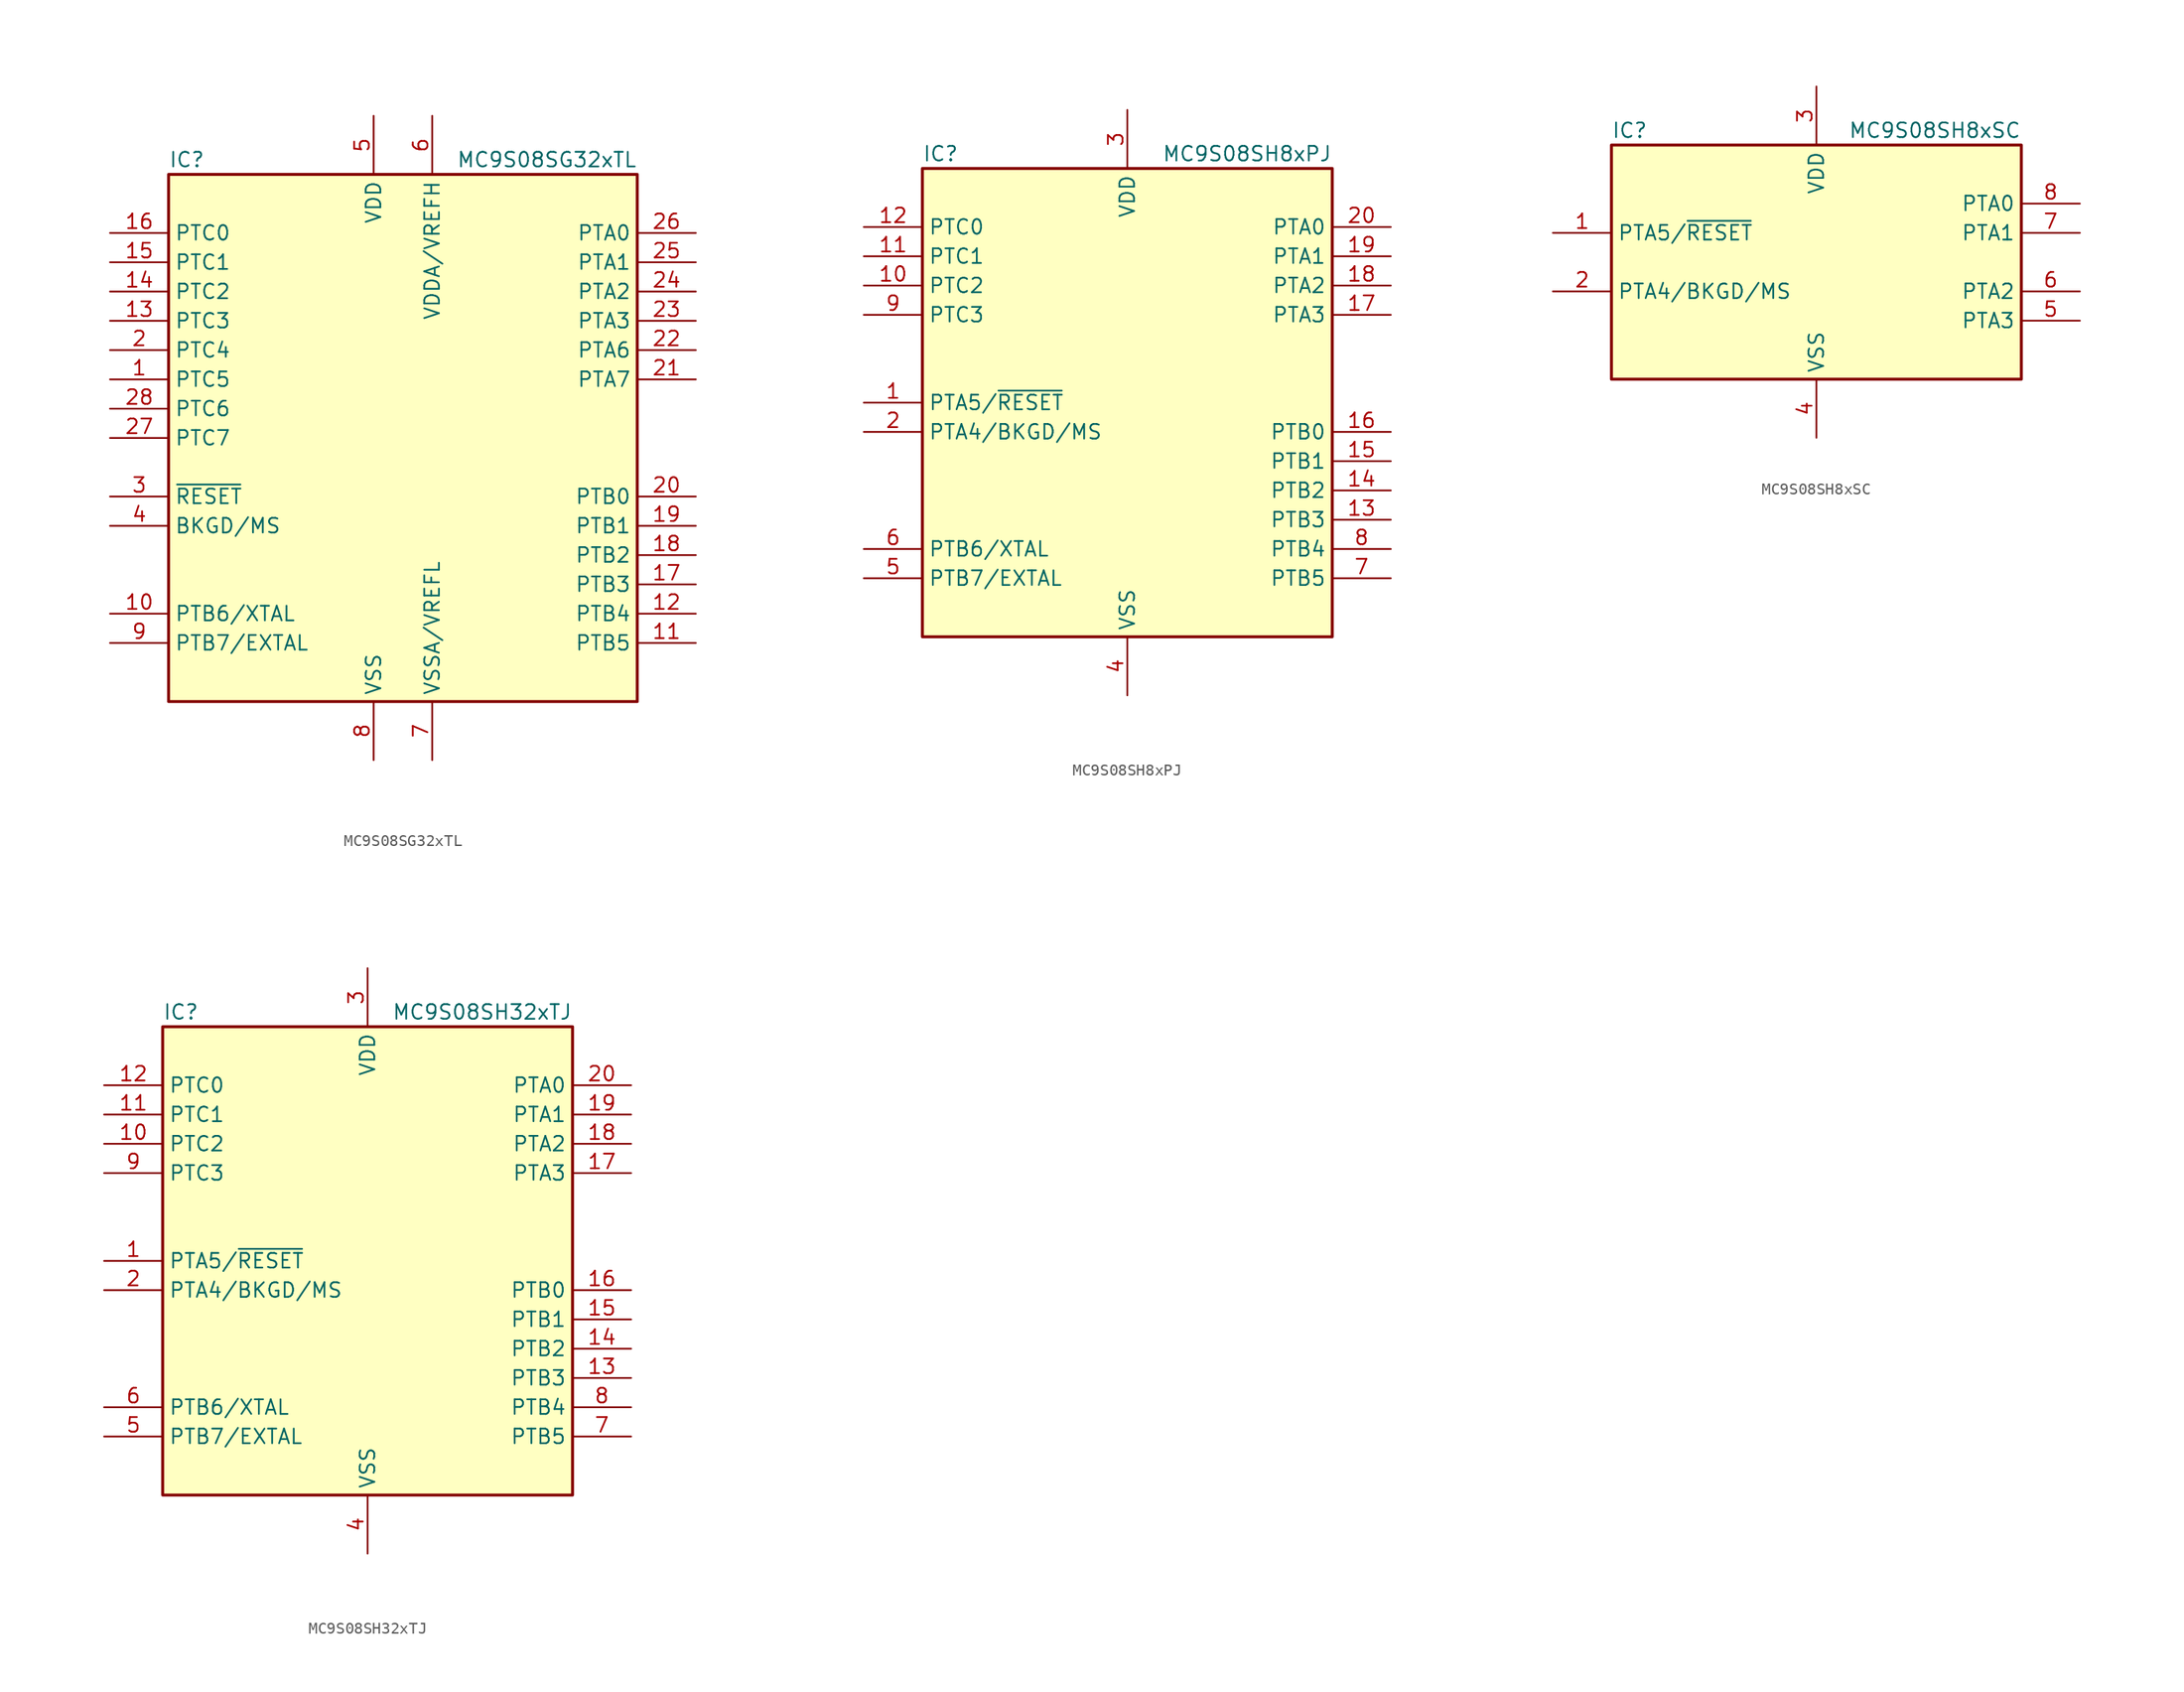
<source format=kicad_sym>
(kicad_symbol_lib
  (version 20211014)
  (generator kicad_symbol_editor)
  (symbol "MC9S08SG32xTL"
    (property "Reference" "IC"
      (at -20.32 24.13 0)
      (effects (font (size 1.27 1.27)) (justify left)))
    (property "Value" "MC9S08SG32xTL"
      (at 20.32 24.13 0)
      (effects (font (size 1.27 1.27)) (justify right)))
    (symbol "MC9S08SG32xTL_0_1"
      (rectangle (start -20.32 22.86) (end 20.32 -22.86) (stroke (width 0.254) (type default) (color 0 0 0 0)) (fill (type background))))
    (symbol "MC9S08SG32xTL_1_1"
      (pin bidirectional line (at -25.4 5.08 0) (length 5.08) (name "PTC5" (effects (font (size 1.27 1.27)))) (number "1" (effects (font (size 1.27 1.27)))))
      (pin bidirectional line (at -25.4 -15.24 0) (length 5.08) (name "PTB6/XTAL" (effects (font (size 1.27 1.27)))) (number "10" (effects (font (size 1.27 1.27)))))
      (pin bidirectional line (at 25.4 -17.78 180) (length 5.08) (name "PTB5" (effects (font (size 1.27 1.27)))) (number "11" (effects (font (size 1.27 1.27)))))
      (pin bidirectional line (at 25.4 -15.24 180) (length 5.08) (name "PTB4" (effects (font (size 1.27 1.27)))) (number "12" (effects (font (size 1.27 1.27)))))
      (pin bidirectional line (at -25.4 10.16 0) (length 5.08) (name "PTC3" (effects (font (size 1.27 1.27)))) (number "13" (effects (font (size 1.27 1.27)))))
      (pin bidirectional line (at -25.4 12.7 0) (length 5.08) (name "PTC2" (effects (font (size 1.27 1.27)))) (number "14" (effects (font (size 1.27 1.27)))))
      (pin bidirectional line (at -25.4 15.24 0) (length 5.08) (name "PTC1" (effects (font (size 1.27 1.27)))) (number "15" (effects (font (size 1.27 1.27)))))
      (pin bidirectional line (at -25.4 17.78 0) (length 5.08) (name "PTC0" (effects (font (size 1.27 1.27)))) (number "16" (effects (font (size 1.27 1.27)))))
      (pin bidirectional line (at 25.4 -12.7 180) (length 5.08) (name "PTB3" (effects (font (size 1.27 1.27)))) (number "17" (effects (font (size 1.27 1.27)))))
      (pin bidirectional line (at 25.4 -10.16 180) (length 5.08) (name "PTB2" (effects (font (size 1.27 1.27)))) (number "18" (effects (font (size 1.27 1.27)))))
      (pin bidirectional line (at 25.4 -7.62 180) (length 5.08) (name "PTB1" (effects (font (size 1.27 1.27)))) (number "19" (effects (font (size 1.27 1.27)))))
      (pin bidirectional line (at -25.4 7.62 0) (length 5.08) (name "PTC4" (effects (font (size 1.27 1.27)))) (number "2" (effects (font (size 1.27 1.27)))))
      (pin bidirectional line (at 25.4 -5.08 180) (length 5.08) (name "PTB0" (effects (font (size 1.27 1.27)))) (number "20" (effects (font (size 1.27 1.27)))))
      (pin bidirectional line (at 25.4 5.08 180) (length 5.08) (name "PTA7" (effects (font (size 1.27 1.27)))) (number "21" (effects (font (size 1.27 1.27)))))
      (pin bidirectional line (at 25.4 7.62 180) (length 5.08) (name "PTA6" (effects (font (size 1.27 1.27)))) (number "22" (effects (font (size 1.27 1.27)))))
      (pin bidirectional line (at 25.4 10.16 180) (length 5.08) (name "PTA3" (effects (font (size 1.27 1.27)))) (number "23" (effects (font (size 1.27 1.27)))))
      (pin bidirectional line (at 25.4 12.7 180) (length 5.08) (name "PTA2" (effects (font (size 1.27 1.27)))) (number "24" (effects (font (size 1.27 1.27)))))
      (pin bidirectional line (at 25.4 15.24 180) (length 5.08) (name "PTA1" (effects (font (size 1.27 1.27)))) (number "25" (effects (font (size 1.27 1.27)))))
      (pin bidirectional line (at 25.4 17.78 180) (length 5.08) (name "PTA0" (effects (font (size 1.27 1.27)))) (number "26" (effects (font (size 1.27 1.27)))))
      (pin bidirectional line (at -25.4 0 0) (length 5.08) (name "PTC7" (effects (font (size 1.27 1.27)))) (number "27" (effects (font (size 1.27 1.27)))))
      (pin bidirectional line (at -25.4 2.54 0) (length 5.08) (name "PTC6" (effects (font (size 1.27 1.27)))) (number "28" (effects (font (size 1.27 1.27)))))
      (pin input line (at -25.4 -5.08 0) (length 5.08) (name "~{RESET}" (effects (font (size 1.27 1.27)))) (number "3" (effects (font (size 1.27 1.27)))))
      (pin bidirectional line (at -25.4 -7.62 0) (length 5.08) (name "BKGD/MS" (effects (font (size 1.27 1.27)))) (number "4" (effects (font (size 1.27 1.27)))))
      (pin power_in line (at -2.54 27.94 270) (length 5.08) (name "VDD" (effects (font (size 1.27 1.27)))) (number "5" (effects (font (size 1.27 1.27)))))
      (pin power_in line (at 2.54 27.94 270) (length 5.08) (name "VDDA/VREFH" (effects (font (size 1.27 1.27)))) (number "6" (effects (font (size 1.27 1.27)))))
      (pin power_in line (at 2.54 -27.94 90) (length 5.08) (name "VSSA/VREFL" (effects (font (size 1.27 1.27)))) (number "7" (effects (font (size 1.27 1.27)))))
      (pin power_in line (at -2.54 -27.94 90) (length 5.08) (name "VSS" (effects (font (size 1.27 1.27)))) (number "8" (effects (font (size 1.27 1.27)))))
      (pin bidirectional line (at -25.4 -17.78 0) (length 5.08) (name "PTB7/EXTAL" (effects (font (size 1.27 1.27)))) (number "9" (effects (font (size 1.27 1.27)))))))
  (symbol "MC9S08SH8xPJ"
    (property "Reference" "IC"
      (at -17.78 21.59 0)
      (effects (font (size 1.27 1.27)) (justify left)))
    (property "Value" "MC9S08SH8xPJ"
      (at 17.78 21.59 0)
      (effects (font (size 1.27 1.27)) (justify right)))
    (symbol "MC9S08SH8xPJ_0_1"
      (rectangle (start -17.78 20.32) (end 17.78 -20.32) (stroke (width 0.254) (type default) (color 0 0 0 0)) (fill (type background))))
    (symbol "MC9S08SH8xPJ_1_1"
      (pin bidirectional line (at -22.86 0 0) (length 5.08) (name "PTA5/~{RESET}" (effects (font (size 1.27 1.27)))) (number "1" (effects (font (size 1.27 1.27)))))
      (pin bidirectional line (at -22.86 10.16 0) (length 5.08) (name "PTC2" (effects (font (size 1.27 1.27)))) (number "10" (effects (font (size 1.27 1.27)))))
      (pin bidirectional line (at -22.86 12.7 0) (length 5.08) (name "PTC1" (effects (font (size 1.27 1.27)))) (number "11" (effects (font (size 1.27 1.27)))))
      (pin bidirectional line (at -22.86 15.24 0) (length 5.08) (name "PTC0" (effects (font (size 1.27 1.27)))) (number "12" (effects (font (size 1.27 1.27)))))
      (pin bidirectional line (at 22.86 -10.16 180) (length 5.08) (name "PTB3" (effects (font (size 1.27 1.27)))) (number "13" (effects (font (size 1.27 1.27)))))
      (pin bidirectional line (at 22.86 -7.62 180) (length 5.08) (name "PTB2" (effects (font (size 1.27 1.27)))) (number "14" (effects (font (size 1.27 1.27)))))
      (pin bidirectional line (at 22.86 -5.08 180) (length 5.08) (name "PTB1" (effects (font (size 1.27 1.27)))) (number "15" (effects (font (size 1.27 1.27)))))
      (pin bidirectional line (at 22.86 -2.54 180) (length 5.08) (name "PTB0" (effects (font (size 1.27 1.27)))) (number "16" (effects (font (size 1.27 1.27)))))
      (pin bidirectional line (at 22.86 7.62 180) (length 5.08) (name "PTA3" (effects (font (size 1.27 1.27)))) (number "17" (effects (font (size 1.27 1.27)))))
      (pin bidirectional line (at 22.86 10.16 180) (length 5.08) (name "PTA2" (effects (font (size 1.27 1.27)))) (number "18" (effects (font (size 1.27 1.27)))))
      (pin bidirectional line (at 22.86 12.7 180) (length 5.08) (name "PTA1" (effects (font (size 1.27 1.27)))) (number "19" (effects (font (size 1.27 1.27)))))
      (pin bidirectional line (at -22.86 -2.54 0) (length 5.08) (name "PTA4/BKGD/MS" (effects (font (size 1.27 1.27)))) (number "2" (effects (font (size 1.27 1.27)))))
      (pin bidirectional line (at 22.86 15.24 180) (length 5.08) (name "PTA0" (effects (font (size 1.27 1.27)))) (number "20" (effects (font (size 1.27 1.27)))))
      (pin power_in line (at 0 25.4 270) (length 5.08) (name "VDD" (effects (font (size 1.27 1.27)))) (number "3" (effects (font (size 1.27 1.27)))))
      (pin power_in line (at 0 -25.4 90) (length 5.08) (name "VSS" (effects (font (size 1.27 1.27)))) (number "4" (effects (font (size 1.27 1.27)))))
      (pin bidirectional line (at -22.86 -15.24 0) (length 5.08) (name "PTB7/EXTAL" (effects (font (size 1.27 1.27)))) (number "5" (effects (font (size 1.27 1.27)))))
      (pin bidirectional line (at -22.86 -12.7 0) (length 5.08) (name "PTB6/XTAL" (effects (font (size 1.27 1.27)))) (number "6" (effects (font (size 1.27 1.27)))))
      (pin bidirectional line (at 22.86 -15.24 180) (length 5.08) (name "PTB5" (effects (font (size 1.27 1.27)))) (number "7" (effects (font (size 1.27 1.27)))))
      (pin bidirectional line (at 22.86 -12.7 180) (length 5.08) (name "PTB4" (effects (font (size 1.27 1.27)))) (number "8" (effects (font (size 1.27 1.27)))))
      (pin bidirectional line (at -22.86 7.62 0) (length 5.08) (name "PTC3" (effects (font (size 1.27 1.27)))) (number "9" (effects (font (size 1.27 1.27)))))))
  (symbol "MC9S08SH8xSC"
    (property "Reference" "IC"
      (at -17.78 11.43 0)
      (effects (font (size 1.27 1.27)) (justify left)))
    (property "Value" "MC9S08SH8xSC"
      (at 17.78 11.43 0)
      (effects (font (size 1.27 1.27)) (justify right)))
    (symbol "MC9S08SH8xSC_0_1"
      (rectangle (start -17.78 10.16) (end 17.78 -10.16) (stroke (width 0.254) (type default) (color 0 0 0 0)) (fill (type background))))
    (symbol "MC9S08SH8xSC_1_1"
      (pin bidirectional line (at -22.86 2.54 0) (length 5.08) (name "PTA5/~{RESET}" (effects (font (size 1.27 1.27)))) (number "1" (effects (font (size 1.27 1.27)))))
      (pin bidirectional line (at -22.86 -2.54 0) (length 5.08) (name "PTA4/BKGD/MS" (effects (font (size 1.27 1.27)))) (number "2" (effects (font (size 1.27 1.27)))))
      (pin power_in line (at 0 15.24 270) (length 5.08) (name "VDD" (effects (font (size 1.27 1.27)))) (number "3" (effects (font (size 1.27 1.27)))))
      (pin power_in line (at 0 -15.24 90) (length 5.08) (name "VSS" (effects (font (size 1.27 1.27)))) (number "4" (effects (font (size 1.27 1.27)))))
      (pin bidirectional line (at 22.86 -5.08 180) (length 5.08) (name "PTA3" (effects (font (size 1.27 1.27)))) (number "5" (effects (font (size 1.27 1.27)))))
      (pin bidirectional line (at 22.86 -2.54 180) (length 5.08) (name "PTA2" (effects (font (size 1.27 1.27)))) (number "6" (effects (font (size 1.27 1.27)))))
      (pin bidirectional line (at 22.86 2.54 180) (length 5.08) (name "PTA1" (effects (font (size 1.27 1.27)))) (number "7" (effects (font (size 1.27 1.27)))))
      (pin bidirectional line (at 22.86 5.08 180) (length 5.08) (name "PTA0" (effects (font (size 1.27 1.27)))) (number "8" (effects (font (size 1.27 1.27)))))))
  (symbol "MC9S08SH32xTJ"
    (property "Reference" "IC"
      (at -17.78 21.59 0)
      (effects (font (size 1.27 1.27)) (justify left)))
    (property "Value" "MC9S08SH32xTJ"
      (at 17.78 21.59 0)
      (effects (font (size 1.27 1.27)) (justify right)))
    (symbol "MC9S08SH32xTJ_0_1"
      (rectangle (start -17.78 20.32) (end 17.78 -20.32) (stroke (width 0.254) (type default) (color 0 0 0 0)) (fill (type background))))
    (symbol "MC9S08SH32xTJ_1_1"
      (pin bidirectional line (at -22.86 0 0) (length 5.08) (name "PTA5/~{RESET}" (effects (font (size 1.27 1.27)))) (number "1" (effects (font (size 1.27 1.27)))))
      (pin bidirectional line (at -22.86 10.16 0) (length 5.08) (name "PTC2" (effects (font (size 1.27 1.27)))) (number "10" (effects (font (size 1.27 1.27)))))
      (pin bidirectional line (at -22.86 12.7 0) (length 5.08) (name "PTC1" (effects (font (size 1.27 1.27)))) (number "11" (effects (font (size 1.27 1.27)))))
      (pin bidirectional line (at -22.86 15.24 0) (length 5.08) (name "PTC0" (effects (font (size 1.27 1.27)))) (number "12" (effects (font (size 1.27 1.27)))))
      (pin bidirectional line (at 22.86 -10.16 180) (length 5.08) (name "PTB3" (effects (font (size 1.27 1.27)))) (number "13" (effects (font (size 1.27 1.27)))))
      (pin bidirectional line (at 22.86 -7.62 180) (length 5.08) (name "PTB2" (effects (font (size 1.27 1.27)))) (number "14" (effects (font (size 1.27 1.27)))))
      (pin bidirectional line (at 22.86 -5.08 180) (length 5.08) (name "PTB1" (effects (font (size 1.27 1.27)))) (number "15" (effects (font (size 1.27 1.27)))))
      (pin bidirectional line (at 22.86 -2.54 180) (length 5.08) (name "PTB0" (effects (font (size 1.27 1.27)))) (number "16" (effects (font (size 1.27 1.27)))))
      (pin bidirectional line (at 22.86 7.62 180) (length 5.08) (name "PTA3" (effects (font (size 1.27 1.27)))) (number "17" (effects (font (size 1.27 1.27)))))
      (pin bidirectional line (at 22.86 10.16 180) (length 5.08) (name "PTA2" (effects (font (size 1.27 1.27)))) (number "18" (effects (font (size 1.27 1.27)))))
      (pin bidirectional line (at 22.86 12.7 180) (length 5.08) (name "PTA1" (effects (font (size 1.27 1.27)))) (number "19" (effects (font (size 1.27 1.27)))))
      (pin bidirectional line (at -22.86 -2.54 0) (length 5.08) (name "PTA4/BKGD/MS" (effects (font (size 1.27 1.27)))) (number "2" (effects (font (size 1.27 1.27)))))
      (pin bidirectional line (at 22.86 15.24 180) (length 5.08) (name "PTA0" (effects (font (size 1.27 1.27)))) (number "20" (effects (font (size 1.27 1.27)))))
      (pin power_in line (at 0 25.4 270) (length 5.08) (name "VDD" (effects (font (size 1.27 1.27)))) (number "3" (effects (font (size 1.27 1.27)))))
      (pin power_in line (at 0 -25.4 90) (length 5.08) (name "VSS" (effects (font (size 1.27 1.27)))) (number "4" (effects (font (size 1.27 1.27)))))
      (pin bidirectional line (at -22.86 -15.24 0) (length 5.08) (name "PTB7/EXTAL" (effects (font (size 1.27 1.27)))) (number "5" (effects (font (size 1.27 1.27)))))
      (pin bidirectional line (at -22.86 -12.7 0) (length 5.08) (name "PTB6/XTAL" (effects (font (size 1.27 1.27)))) (number "6" (effects (font (size 1.27 1.27)))))
      (pin bidirectional line (at 22.86 -15.24 180) (length 5.08) (name "PTB5" (effects (font (size 1.27 1.27)))) (number "7" (effects (font (size 1.27 1.27)))))
      (pin bidirectional line (at 22.86 -12.7 180) (length 5.08) (name "PTB4" (effects (font (size 1.27 1.27)))) (number "8" (effects (font (size 1.27 1.27)))))
      (pin bidirectional line (at -22.86 7.62 0) (length 5.08) (name "PTC3" (effects (font (size 1.27 1.27)))) (number "9" (effects (font (size 1.27 1.27))))))))
</source>
